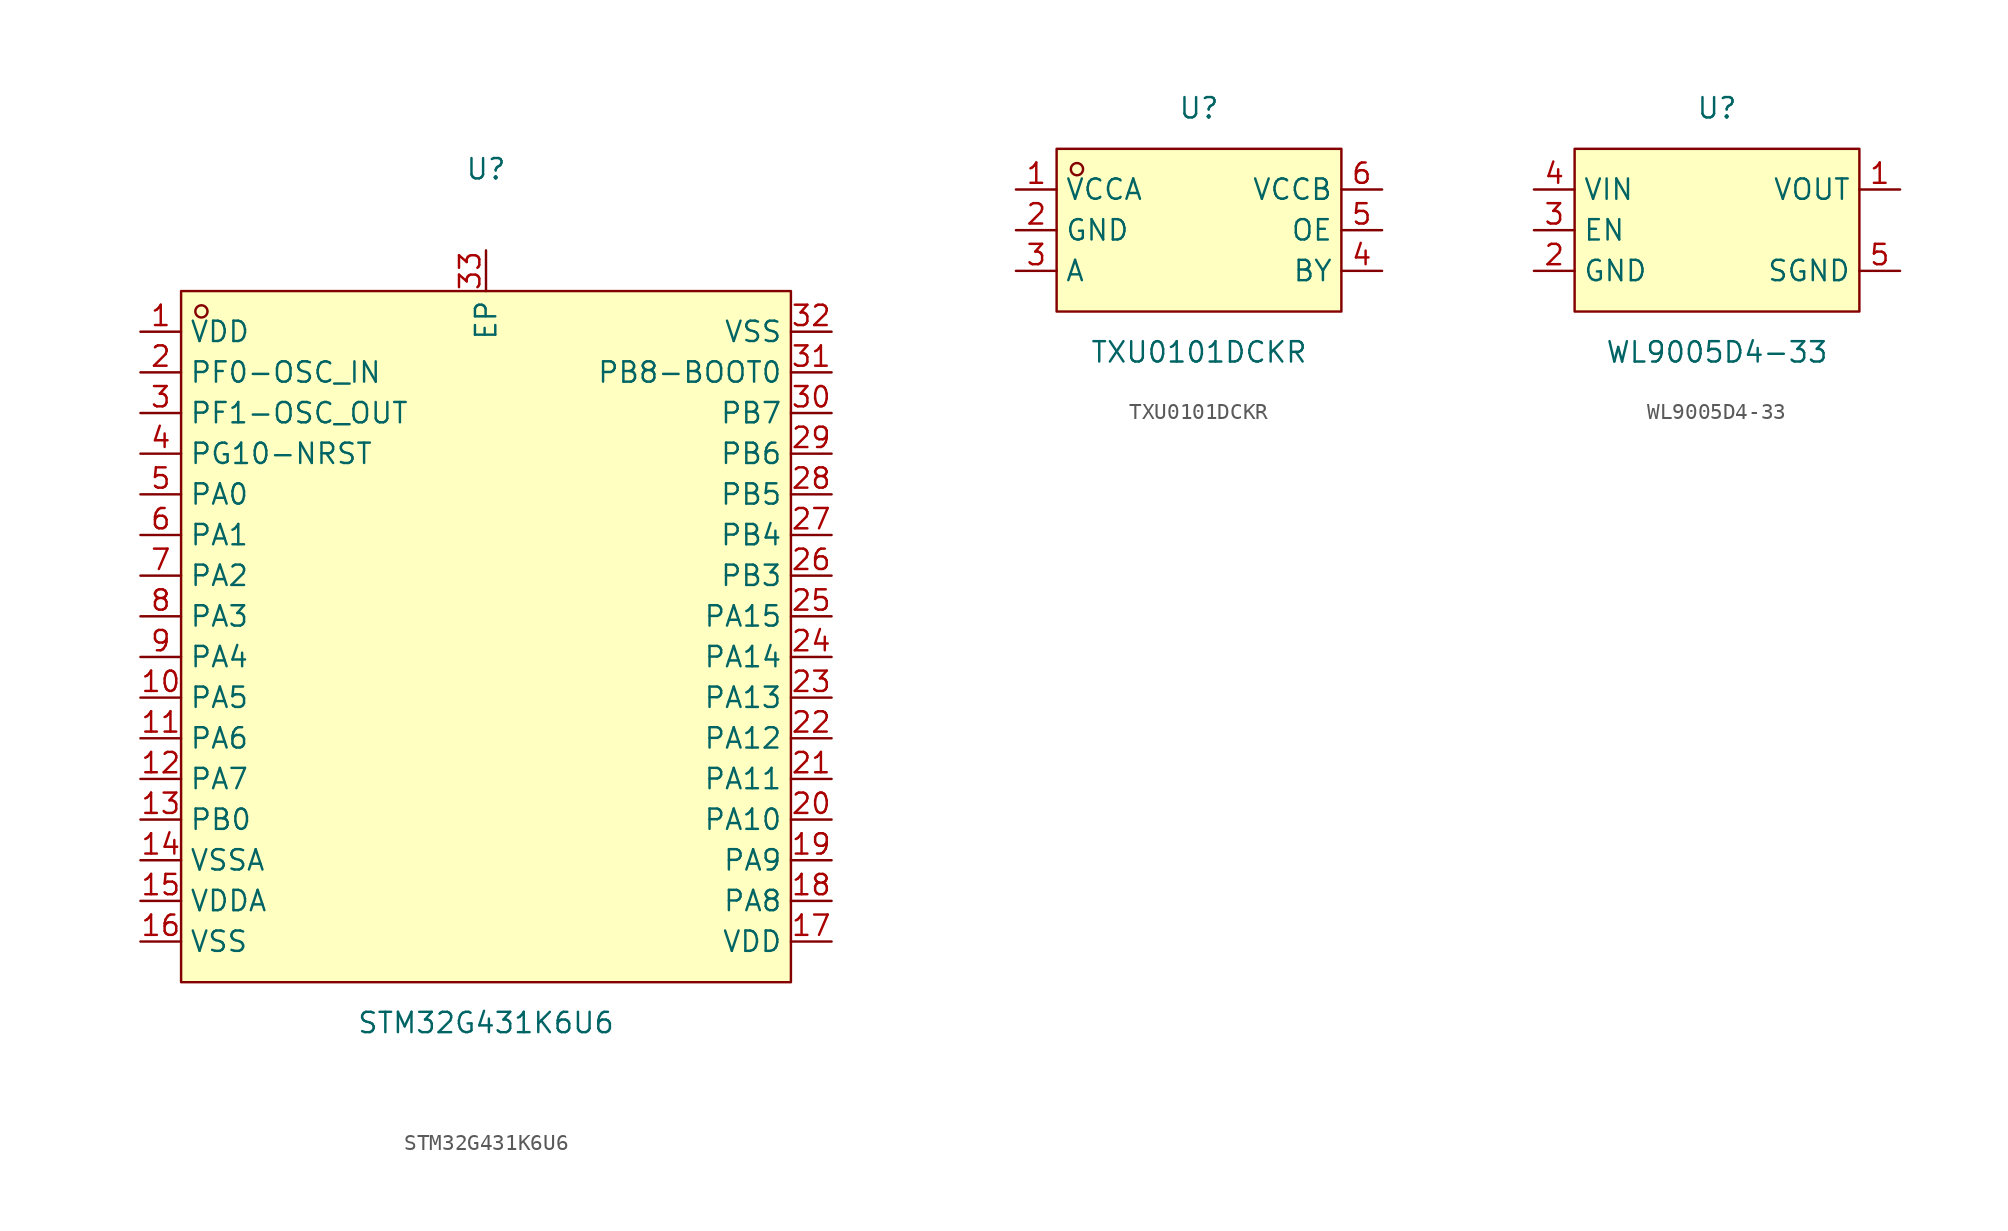
<source format=kicad_sym>
(kicad_symbol_lib
  (version 20241209)
  (generator "kicad_symbol_editor")
  (generator_version "9.0")
  (symbol "STM32G431K6U6"
    (property "Reference" "U"
      (at 0 29.21 0)
      (effects (font (size 1.27 1.27))))
    (property "Value" "STM32G431K6U6"
      (at 0 -24.13 0)
      (effects (font (size 1.27 1.27))))
    (symbol "STM32G431K6U6_0_1"
      (rectangle (start -19.05 21.59) (end 19.05 -21.59) (stroke (width 0) (type default) (color 0 0 0 0)) (fill (type background)))
      (circle (center -17.78 20.32) (radius 0.38) (stroke (width 0) (type default) (color 0 0 0 0)) (fill (type none)))
      (pin unspecified line (at -21.59 19.05 0) (length 2.54) (name "VDD" (effects (font (size 1.27 1.27)))) (number "1" (effects (font (size 1.27 1.27)))))
      (pin unspecified line (at -21.59 16.51 0) (length 2.54) (name "PF0-OSC_IN" (effects (font (size 1.27 1.27)))) (number "2" (effects (font (size 1.27 1.27)))))
      (pin unspecified line (at -21.59 13.97 0) (length 2.54) (name "PF1-OSC_OUT" (effects (font (size 1.27 1.27)))) (number "3" (effects (font (size 1.27 1.27)))))
      (pin unspecified line (at -21.59 11.43 0) (length 2.54) (name "PG10-NRST" (effects (font (size 1.27 1.27)))) (number "4" (effects (font (size 1.27 1.27)))))
      (pin unspecified line (at -21.59 8.89 0) (length 2.54) (name "PA0" (effects (font (size 1.27 1.27)))) (number "5" (effects (font (size 1.27 1.27)))))
      (pin unspecified line (at -21.59 6.35 0) (length 2.54) (name "PA1" (effects (font (size 1.27 1.27)))) (number "6" (effects (font (size 1.27 1.27)))))
      (pin unspecified line (at -21.59 3.81 0) (length 2.54) (name "PA2" (effects (font (size 1.27 1.27)))) (number "7" (effects (font (size 1.27 1.27)))))
      (pin unspecified line (at -21.59 1.27 0) (length 2.54) (name "PA3" (effects (font (size 1.27 1.27)))) (number "8" (effects (font (size 1.27 1.27)))))
      (pin unspecified line (at -21.59 -1.27 0) (length 2.54) (name "PA4" (effects (font (size 1.27 1.27)))) (number "9" (effects (font (size 1.27 1.27)))))
      (pin unspecified line (at -21.59 -3.81 0) (length 2.54) (name "PA5" (effects (font (size 1.27 1.27)))) (number "10" (effects (font (size 1.27 1.27)))))
      (pin unspecified line (at -21.59 -6.35 0) (length 2.54) (name "PA6" (effects (font (size 1.27 1.27)))) (number "11" (effects (font (size 1.27 1.27)))))
      (pin unspecified line (at -21.59 -8.89 0) (length 2.54) (name "PA7" (effects (font (size 1.27 1.27)))) (number "12" (effects (font (size 1.27 1.27)))))
      (pin unspecified line (at -21.59 -11.43 0) (length 2.54) (name "PB0" (effects (font (size 1.27 1.27)))) (number "13" (effects (font (size 1.27 1.27)))))
      (pin unspecified line (at -21.59 -13.97 0) (length 2.54) (name "VSSA" (effects (font (size 1.27 1.27)))) (number "14" (effects (font (size 1.27 1.27)))))
      (pin unspecified line (at -21.59 -16.51 0) (length 2.54) (name "VDDA" (effects (font (size 1.27 1.27)))) (number "15" (effects (font (size 1.27 1.27)))))
      (pin unspecified line (at -21.59 -19.05 0) (length 2.54) (name "VSS" (effects (font (size 1.27 1.27)))) (number "16" (effects (font (size 1.27 1.27)))))
      (pin unspecified line (at 21.59 -19.05 180) (length 2.54) (name "VDD" (effects (font (size 1.27 1.27)))) (number "17" (effects (font (size 1.27 1.27)))))
      (pin unspecified line (at 21.59 -16.51 180) (length 2.54) (name "PA8" (effects (font (size 1.27 1.27)))) (number "18" (effects (font (size 1.27 1.27)))))
      (pin unspecified line (at 21.59 -13.97 180) (length 2.54) (name "PA9" (effects (font (size 1.27 1.27)))) (number "19" (effects (font (size 1.27 1.27)))))
      (pin unspecified line (at 21.59 -11.43 180) (length 2.54) (name "PA10" (effects (font (size 1.27 1.27)))) (number "20" (effects (font (size 1.27 1.27)))))
      (pin unspecified line (at 21.59 -8.89 180) (length 2.54) (name "PA11" (effects (font (size 1.27 1.27)))) (number "21" (effects (font (size 1.27 1.27)))))
      (pin unspecified line (at 21.59 -6.35 180) (length 2.54) (name "PA12" (effects (font (size 1.27 1.27)))) (number "22" (effects (font (size 1.27 1.27)))))
      (pin unspecified line (at 21.59 -3.81 180) (length 2.54) (name "PA13" (effects (font (size 1.27 1.27)))) (number "23" (effects (font (size 1.27 1.27)))))
      (pin unspecified line (at 21.59 -1.27 180) (length 2.54) (name "PA14" (effects (font (size 1.27 1.27)))) (number "24" (effects (font (size 1.27 1.27)))))
      (pin unspecified line (at 21.59 1.27 180) (length 2.54) (name "PA15" (effects (font (size 1.27 1.27)))) (number "25" (effects (font (size 1.27 1.27)))))
      (pin unspecified line (at 21.59 3.81 180) (length 2.54) (name "PB3" (effects (font (size 1.27 1.27)))) (number "26" (effects (font (size 1.27 1.27)))))
      (pin unspecified line (at 21.59 6.35 180) (length 2.54) (name "PB4" (effects (font (size 1.27 1.27)))) (number "27" (effects (font (size 1.27 1.27)))))
      (pin unspecified line (at 21.59 8.89 180) (length 2.54) (name "PB5" (effects (font (size 1.27 1.27)))) (number "28" (effects (font (size 1.27 1.27)))))
      (pin unspecified line (at 21.59 11.43 180) (length 2.54) (name "PB6" (effects (font (size 1.27 1.27)))) (number "29" (effects (font (size 1.27 1.27)))))
      (pin unspecified line (at 21.59 13.97 180) (length 2.54) (name "PB7" (effects (font (size 1.27 1.27)))) (number "30" (effects (font (size 1.27 1.27)))))
      (pin unspecified line (at 21.59 16.51 180) (length 2.54) (name "PB8-BOOT0" (effects (font (size 1.27 1.27)))) (number "31" (effects (font (size 1.27 1.27)))))
      (pin unspecified line (at 21.59 19.05 180) (length 2.54) (name "VSS" (effects (font (size 1.27 1.27)))) (number "32" (effects (font (size 1.27 1.27)))))
      (pin unspecified line (at 0.00 24.13 270) (length 2.54) (name "EP" (effects (font (size 1.27 1.27)))) (number "33" (effects (font (size 1.27 1.27)))))))
  (symbol "TXU0101DCKR"
    (property "Reference" "U"
      (at 0 7.62 0)
      (effects (font (size 1.27 1.27))))
    (property "Value" "TXU0101DCKR"
      (at 0 -7.62 0)
      (effects (font (size 1.27 1.27))))
    (symbol "TXU0101DCKR_0_1"
      (rectangle (start -8.89 5.08) (end 8.89 -5.08) (stroke (width 0) (type default) (color 0 0 0 0)) (fill (type background)))
      (circle (center -7.62 3.81) (radius 0.38) (stroke (width 0) (type default) (color 0 0 0 0)) (fill (type none)))
      (pin unspecified line (at -11.43 2.54 0) (length 2.54) (name "VCCA" (effects (font (size 1.27 1.27)))) (number "1" (effects (font (size 1.27 1.27)))))
      (pin unspecified line (at -11.43 -0.00 0) (length 2.54) (name "GND" (effects (font (size 1.27 1.27)))) (number "2" (effects (font (size 1.27 1.27)))))
      (pin unspecified line (at -11.43 -2.54 0) (length 2.54) (name "A" (effects (font (size 1.27 1.27)))) (number "3" (effects (font (size 1.27 1.27)))))
      (pin unspecified line (at 11.43 -2.54 180) (length 2.54) (name "BY" (effects (font (size 1.27 1.27)))) (number "4" (effects (font (size 1.27 1.27)))))
      (pin unspecified line (at 11.43 -0.00 180) (length 2.54) (name "OE" (effects (font (size 1.27 1.27)))) (number "5" (effects (font (size 1.27 1.27)))))
      (pin unspecified line (at 11.43 2.54 180) (length 2.54) (name "VCCB" (effects (font (size 1.27 1.27)))) (number "6" (effects (font (size 1.27 1.27)))))))
  (symbol "WL9005D4-33"
    (property "Reference" "U"
      (at 0 7.62 0)
      (effects (font (size 1.27 1.27))))
    (property "Value" "WL9005D4-33"
      (at 0 -7.62 0)
      (effects (font (size 1.27 1.27))))
    (symbol "WL9005D4-33_0_1"
      (rectangle (start -8.89 5.08) (end 8.89 -5.08) (stroke (width 0) (type default) (color 0 0 0 0)) (fill (type background)))
      (pin unspecified line (at 11.43 2.54 180) (length 2.54) (name "VOUT" (effects (font (size 1.27 1.27)))) (number "1" (effects (font (size 1.27 1.27)))))
      (pin unspecified line (at -11.43 -2.54 0) (length 2.54) (name "GND" (effects (font (size 1.27 1.27)))) (number "2" (effects (font (size 1.27 1.27)))))
      (pin unspecified line (at -11.43 -0.00 0) (length 2.54) (name "EN" (effects (font (size 1.27 1.27)))) (number "3" (effects (font (size 1.27 1.27)))))
      (pin unspecified line (at -11.43 2.54 0) (length 2.54) (name "VIN" (effects (font (size 1.27 1.27)))) (number "4" (effects (font (size 1.27 1.27)))))
      (pin unspecified line (at 11.43 -2.54 180) (length 2.54) (name "SGND" (effects (font (size 1.27 1.27)))) (number "5" (effects (font (size 1.27 1.27))))))))
</source>
